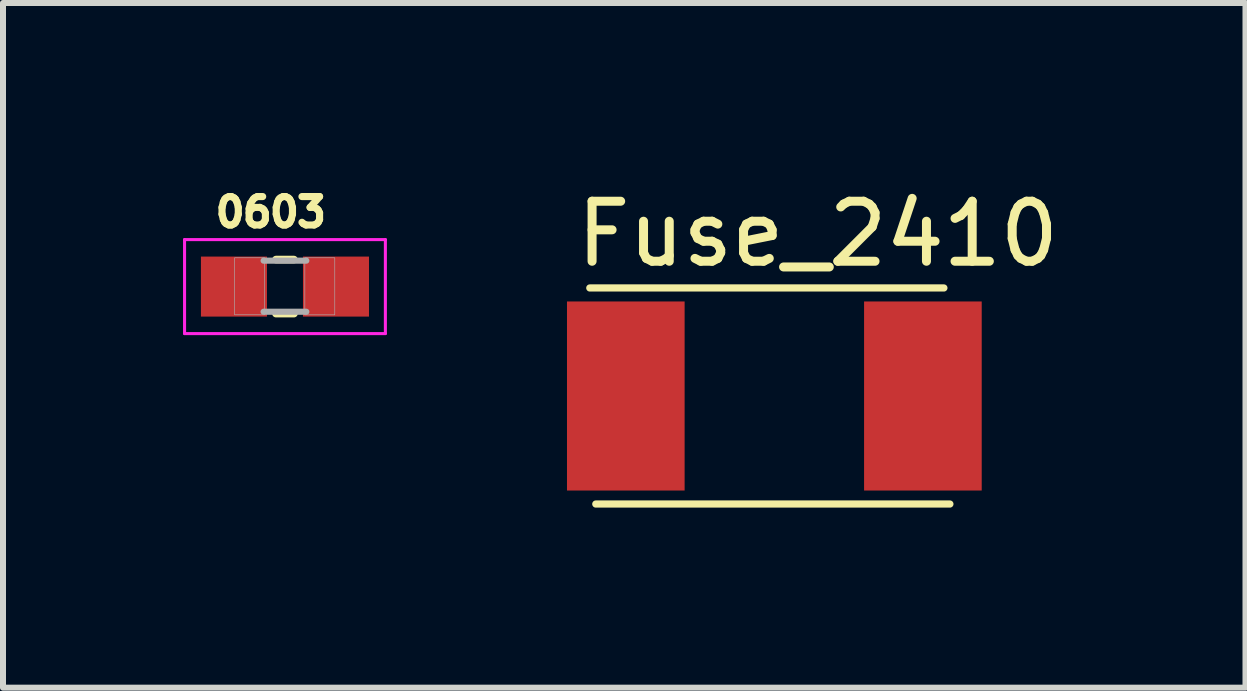
<source format=kicad_pcb>
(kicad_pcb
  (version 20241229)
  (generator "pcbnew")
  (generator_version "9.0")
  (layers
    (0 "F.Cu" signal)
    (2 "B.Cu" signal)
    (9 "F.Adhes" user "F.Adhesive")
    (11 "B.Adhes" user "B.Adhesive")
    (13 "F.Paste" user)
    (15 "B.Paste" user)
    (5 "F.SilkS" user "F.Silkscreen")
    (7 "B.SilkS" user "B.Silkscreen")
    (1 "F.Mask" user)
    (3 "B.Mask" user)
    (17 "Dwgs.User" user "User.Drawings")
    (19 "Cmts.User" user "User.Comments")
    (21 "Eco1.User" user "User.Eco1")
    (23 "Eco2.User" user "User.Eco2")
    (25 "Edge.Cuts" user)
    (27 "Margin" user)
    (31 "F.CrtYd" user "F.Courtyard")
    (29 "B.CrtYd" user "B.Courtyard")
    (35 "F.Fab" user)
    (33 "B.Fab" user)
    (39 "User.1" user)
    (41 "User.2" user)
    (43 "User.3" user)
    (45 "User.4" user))
  (footprint "Fuse_2410"
    (layer "F.Cu")
    (at 8.377 1.948)
    (property "Reference" "Fuse_2410" (at 2.2 -1.1 0) (unlocked yes) (layer "F.SilkS") (effects (font (size 1 1) (thickness 0.15))))
    (fp_line (start -1.6 -0.2) (end 4.3 -0.2) (stroke (width 0.12) (type solid)) (layer "F.SilkS"))
    (fp_line (start -1.5 3.4) (end 4.4 3.4) (stroke (width 0.12) (type solid)) (layer "F.SilkS"))
    (pad "1" smd rect (at -1 1.6) (size 1.96 3.15) (layers "F.Cu" "F.Mask" "F.Paste"))
    (pad "2" smd rect (at 3.95 1.6) (size 1.96 3.15) (layers "F.Cu" "F.Mask" "F.Paste")))
  (footprint "0603"
    (layer "F.Cu")
    (at 1.698 1.725)
    (property "Reference" "0603" (at -0.236 -1.239 0) (layer "F.SilkS") (effects (font (size 0.474 0.474) (thickness 0.15))))
    (attr through_hole)
    (fp_line (start -0.15 -0.45) (end 0.15 -0.45) (stroke (width 0.127) (type solid)) (layer "F.SilkS"))
    (fp_line (start -0.15 0.45) (end 0.15 0.45) (stroke (width 0.127) (type solid)) (layer "F.SilkS"))
    (fp_line (start -1.673 -0.783) (end 1.673 -0.783) (stroke (width 0.051) (type solid)) (layer "F.CrtYd"))
    (fp_line (start -1.673 0.783) (end -1.673 -0.783) (stroke (width 0.051) (type solid)) (layer "F.CrtYd"))
    (fp_line (start 1.673 -0.783) (end 1.673 0.783) (stroke (width 0.051) (type solid)) (layer "F.CrtYd"))
    (fp_line (start 1.673 0.783) (end -1.673 0.783) (stroke (width 0.051) (type solid)) (layer "F.CrtYd"))
    (fp_line (start -0.356 -0.432) (end 0.356 -0.432) (stroke (width 0.102) (type solid)) (layer "F.Fab"))
    (fp_line (start -0.356 0.419) (end 0.356 0.419) (stroke (width 0.102) (type solid)) (layer "F.Fab"))
    (fp_poly (pts (xy -0.839 -0.48) (xy -0.338 -0.48) (xy -0.338 0.47) (xy -0.839 0.47)) (stroke (width 0.01) (type solid)) (fill no) (layer "F.Fab"))
    (fp_poly (pts (xy 0.331 -0.48) (xy 0.83 -0.48) (xy 0.83 0.471) (xy 0.331 0.471)) (stroke (width 0.01) (type solid)) (fill no) (layer "F.Fab"))
    (pad "1" smd rect (at -0.85 0) (size 1.1 1) (layers "F.Cu" "F.Mask" "F.Paste"))
    (pad "2" smd rect (at 0.85 0) (size 1.1 1) (layers "F.Cu" "F.Mask" "F.Paste")))
  (gr_rect
    (start -3 -3)
    (end 17.702 8.408)
    (stroke (width 0.1) (type default))
    (fill no)
    (layer "Edge.Cuts")))
</source>
